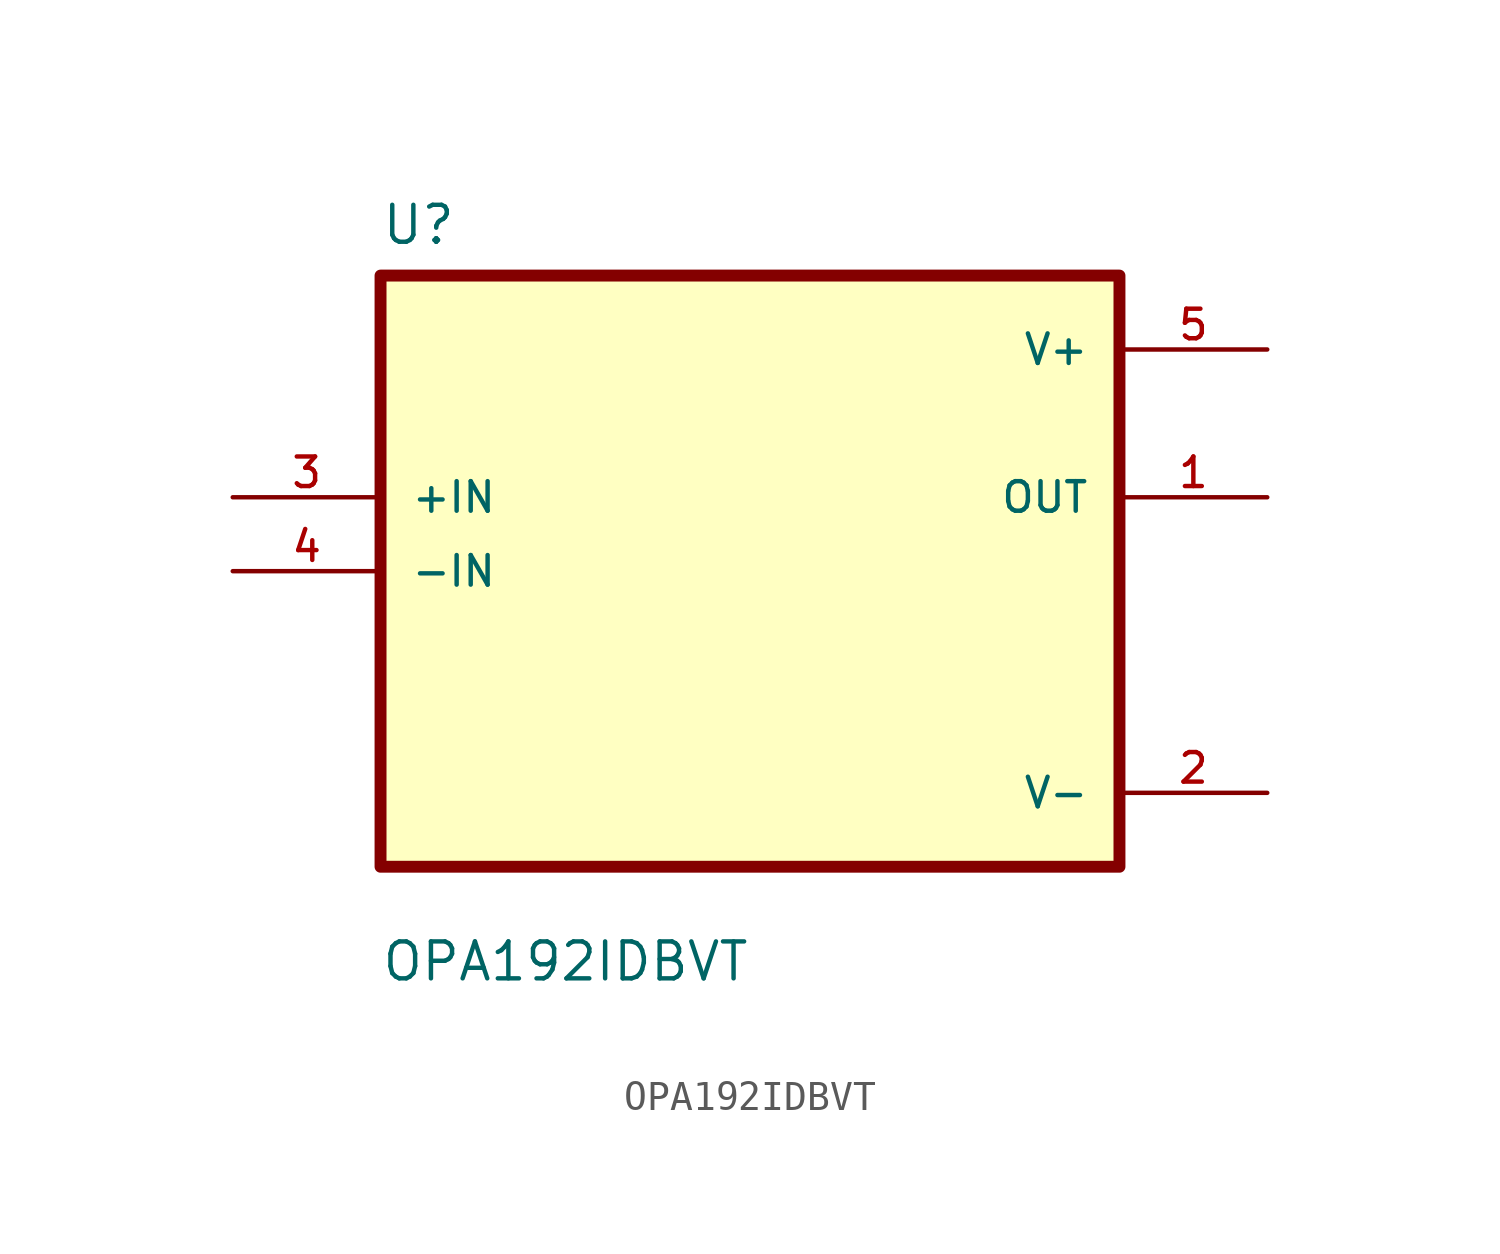
<source format=kicad_sym>
(kicad_symbol_lib
  (version 20211014)
  (generator kicad_symbol_editor)
  (symbol "OPA192IDBVT"
    (pin_names
      (offset 1.016))
    (property "Reference" "U"
      (at -12.7 11.16 0.0)
      (effects (font (size 1.27 1.27)) (justify bottom left)))
    (property "Value" "OPA192IDBVT"
      (at -12.7 -14.16 0.0)
      (effects (font (size 1.27 1.27)) (justify bottom left)))
    (symbol "OPA192IDBVT_0_0"
      (rectangle (start -12.7 -10.16) (end 12.7 10.16) (stroke (width 0.41)) (fill (type background)))
      (pin input line (at -17.78 2.54 0) (length 5.08) (name "+IN" (effects (font (size 1.016 1.016)))) (number "3" (effects (font (size 1.016 1.016)))))
      (pin input line (at -17.78 0.0 0) (length 5.08) (name "-IN" (effects (font (size 1.016 1.016)))) (number "4" (effects (font (size 1.016 1.016)))))
      (pin power_in line (at 17.78 7.62 180.0) (length 5.08) (name "V+" (effects (font (size 1.016 1.016)))) (number "5" (effects (font (size 1.016 1.016)))))
      (pin output line (at 17.78 2.54 180.0) (length 5.08) (name "OUT" (effects (font (size 1.016 1.016)))) (number "1" (effects (font (size 1.016 1.016)))))
      (pin power_in line (at 17.78 -7.62 180.0) (length 5.08) (name "V-" (effects (font (size 1.016 1.016)))) (number "2" (effects (font (size 1.016 1.016))))))))
</source>
